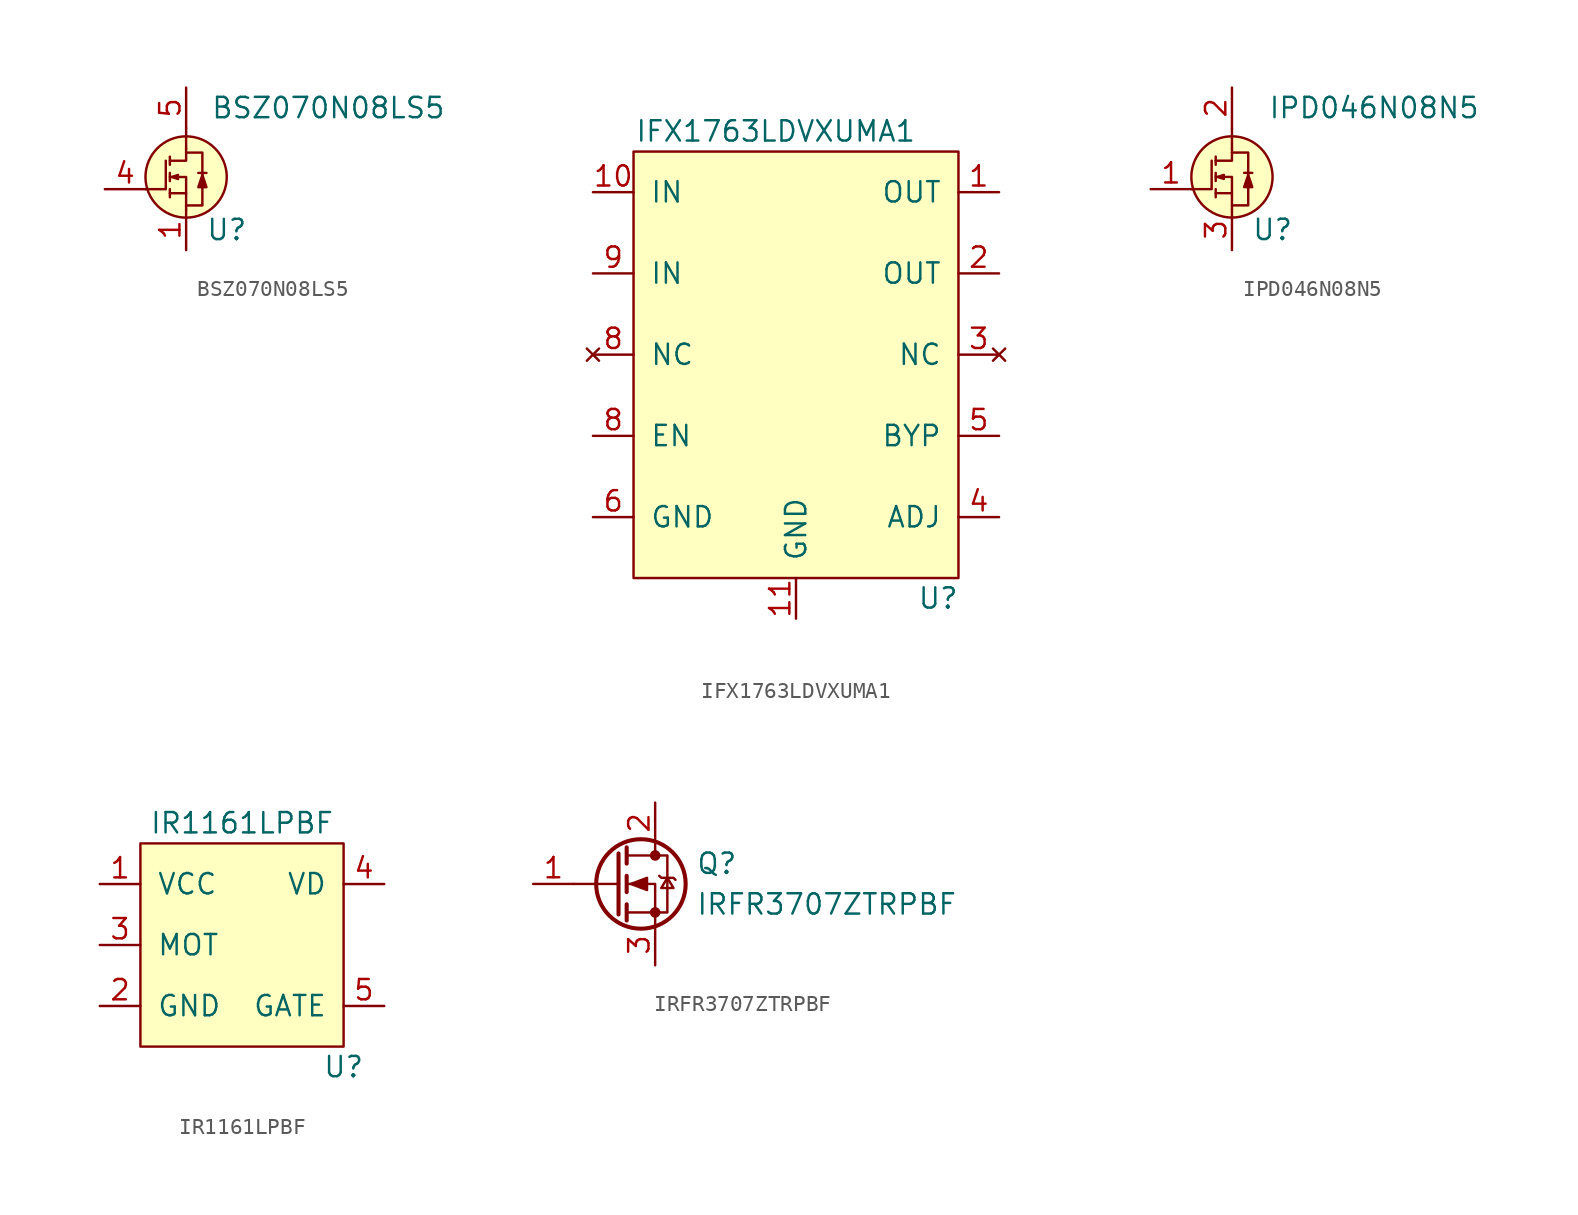
<source format=kicad_sym>
(kicad_symbol_lib
  (version 20211014)
  (generator kicad_symbol_editor)
  (symbol "BSZ070N08LS5"
    (pin_names
      (offset 1.016) hide)
    (property "Reference" "U"
      (at 2.54 -3.81 0)
      (effects (font (size 1.27 1.27))))
    (property "Value" "BSZ070N08LS5"
      (at 8.89 3.81 0)
      (effects (font (size 1.27 1.27))))
    (symbol "BSZ070N08LS5_0_1"
      (circle (center 0 -0.508) (radius 2.54) (stroke (width 0) (type default) (color 0 0 0 0)) (fill (type background)))
      (polyline (pts (xy -1.016 -1.27) (xy -1.016 -1.778)) (stroke (width 0) (type default) (color 0 0 0 0)) (fill (type none)))
      (polyline (pts (xy -1.016 -0.254) (xy -1.016 -0.762)) (stroke (width 0) (type default) (color 0 0 0 0)) (fill (type none)))
      (polyline (pts (xy -1.016 0.762) (xy -1.016 0.254)) (stroke (width 0) (type default) (color 0 0 0 0)) (fill (type none)))
      (polyline (pts (xy 0 -1.524) (xy 0 -2.54)) (stroke (width 0) (type default) (color 0 0 0 0)) (fill (type none)))
      (polyline (pts (xy 0 1.27) (xy 0 2.54)) (stroke (width 0) (type default) (color 0 0 0 0)) (fill (type none)))
      (polyline (pts (xy 0.762 -0.254) (xy 1.27 -0.254)) (stroke (width 0) (type default) (color 0 0 0 0)) (fill (type none)))
      (polyline (pts (xy -2.54 -1.27) (xy -1.27 -1.27) (xy -1.27 0.508)) (stroke (width 0) (type default) (color 0 0 0 0)) (fill (type none)))
      (polyline (pts (xy -1.016 0.508) (xy 0 0.508) (xy 0 1.27)) (stroke (width 0) (type default) (color 0 0 0 0)) (fill (type none)))
      (polyline (pts (xy -1.016 -1.524) (xy 0 -1.524) (xy 0 -0.508) (xy -1.016 -0.508)) (stroke (width 0) (type default) (color 0 0 0 0)) (fill (type none)))
      (polyline (pts (xy -0.889 -0.508) (xy -0.508 -0.381) (xy -0.508 -0.635) (xy -0.889 -0.508)) (stroke (width 0) (type default) (color 0 0 0 0)) (fill (type none)))
      (polyline (pts (xy 0 1.016) (xy 1.016 1.016) (xy 1.016 -2.286) (xy 0 -2.286)) (stroke (width 0) (type default) (color 0 0 0 0)) (fill (type none)))
      (polyline (pts (xy 1.016 -0.381) (xy 0.762 -1.143) (xy 1.27 -1.143) (xy 1.016 -0.381)) (stroke (width 0) (type default) (color 0 0 0 0)) (fill (type outline))))
    (symbol "BSZ070N08LS5_1_1"
      (pin passive line (at 0 -5.08 90) (length 2.54) (name "Source" (effects (font (size 1.27 1.27)))) (number "1" (effects (font (size 1.27 1.27)))))
      (pin passive line (at 0 -5.08 90) (length 2.54) hide (name "Source" (effects (font (size 1.27 1.27)))) (number "2" (effects (font (size 1.27 1.27)))))
      (pin passive line (at 0 -5.08 90) (length 2.54) hide (name "Source" (effects (font (size 1.27 1.27)))) (number "3" (effects (font (size 1.27 1.27)))))
      (pin passive line (at -5.08 -1.27 0) (length 2.54) (name "Gate" (effects (font (size 1.27 1.27)))) (number "4" (effects (font (size 1.27 1.27)))))
      (pin passive line (at 0 5.08 270) (length 2.54) (name "Drain" (effects (font (size 1.27 1.27)))) (number "5" (effects (font (size 1.27 1.27)))))))
  (symbol "IFX1763LDVXUMA1"
    (pin_names
      (offset 1.016))
    (property "Reference" "U"
      (at 8.89 -25.4 0)
      (effects (font (size 1.27 1.27))))
    (property "Value" "IFX1763LDVXUMA1"
      (at -1.27 3.81 0)
      (effects (font (size 1.27 1.27))))
    (symbol "IFX1763LDVXUMA1_0_1"
      (rectangle (start -10.16 2.54) (end 10.16 -24.13) (stroke (width 0) (type default) (color 0 0 0 0)) (fill (type background))))
    (symbol "IFX1763LDVXUMA1_1_1"
      (pin power_out line (at 12.7 0 180) (length 2.54) (name "OUT" (effects (font (size 1.27 1.27)))) (number "1" (effects (font (size 1.27 1.27)))))
      (pin power_in line (at -12.7 0 0) (length 2.54) (name "IN" (effects (font (size 1.27 1.27)))) (number "10" (effects (font (size 1.27 1.27)))))
      (pin power_in line (at 0 -26.67 90) (length 2.54) (name "GND" (effects (font (size 1.27 1.27)))) (number "11" (effects (font (size 1.27 1.27)))))
      (pin power_out line (at 12.7 -5.08 180) (length 2.54) (name "OUT" (effects (font (size 1.27 1.27)))) (number "2" (effects (font (size 1.27 1.27)))))
      (pin no_connect line (at 12.7 -10.16 180) (length 2.54) (name "NC" (effects (font (size 1.27 1.27)))) (number "3" (effects (font (size 1.27 1.27)))))
      (pin input line (at 12.7 -20.32 180) (length 2.54) (name "ADJ" (effects (font (size 1.27 1.27)))) (number "4" (effects (font (size 1.27 1.27)))))
      (pin passive line (at 12.7 -15.24 180) (length 2.54) (name "BYP" (effects (font (size 1.27 1.27)))) (number "5" (effects (font (size 1.27 1.27)))))
      (pin power_in line (at -12.7 -20.32 0) (length 2.54) (name "GND" (effects (font (size 1.27 1.27)))) (number "6" (effects (font (size 1.27 1.27)))))
      (pin input line (at -12.7 -15.24 0) (length 2.54) (name "EN" (effects (font (size 1.27 1.27)))) (number "8" (effects (font (size 1.27 1.27)))))
      (pin no_connect line (at -12.7 -10.16 0) (length 2.54) (name "NC" (effects (font (size 1.27 1.27)))) (number "8" (effects (font (size 1.27 1.27)))))
      (pin power_in line (at -12.7 -5.08 0) (length 2.54) (name "IN" (effects (font (size 1.27 1.27)))) (number "9" (effects (font (size 1.27 1.27)))))))
  (symbol "IPD046N08N5"
    (pin_names
      (offset 1.016) hide)
    (property "Reference" "U"
      (at 2.54 -3.81 0)
      (effects (font (size 1.27 1.27))))
    (property "Value" "IPD046N08N5"
      (at 8.89 3.81 0)
      (effects (font (size 1.27 1.27))))
    (symbol "IPD046N08N5_0_1"
      (circle (center 0 -0.508) (radius 2.54) (stroke (width 0) (type default) (color 0 0 0 0)) (fill (type background)))
      (polyline (pts (xy -1.016 -1.27) (xy -1.016 -1.778)) (stroke (width 0) (type default) (color 0 0 0 0)) (fill (type none)))
      (polyline (pts (xy -1.016 -0.254) (xy -1.016 -0.762)) (stroke (width 0) (type default) (color 0 0 0 0)) (fill (type none)))
      (polyline (pts (xy -1.016 0.762) (xy -1.016 0.254)) (stroke (width 0) (type default) (color 0 0 0 0)) (fill (type none)))
      (polyline (pts (xy 0 -1.524) (xy 0 -2.54)) (stroke (width 0) (type default) (color 0 0 0 0)) (fill (type none)))
      (polyline (pts (xy 0 1.27) (xy 0 2.54)) (stroke (width 0) (type default) (color 0 0 0 0)) (fill (type none)))
      (polyline (pts (xy 0.762 -0.254) (xy 1.27 -0.254)) (stroke (width 0) (type default) (color 0 0 0 0)) (fill (type none)))
      (polyline (pts (xy -2.54 -1.27) (xy -1.27 -1.27) (xy -1.27 0.508)) (stroke (width 0) (type default) (color 0 0 0 0)) (fill (type none)))
      (polyline (pts (xy -1.016 0.508) (xy 0 0.508) (xy 0 1.27)) (stroke (width 0) (type default) (color 0 0 0 0)) (fill (type none)))
      (polyline (pts (xy -1.016 -1.524) (xy 0 -1.524) (xy 0 -0.508) (xy -1.016 -0.508)) (stroke (width 0) (type default) (color 0 0 0 0)) (fill (type none)))
      (polyline (pts (xy -0.889 -0.508) (xy -0.508 -0.381) (xy -0.508 -0.635) (xy -0.889 -0.508)) (stroke (width 0) (type default) (color 0 0 0 0)) (fill (type none)))
      (polyline (pts (xy 0 1.016) (xy 1.016 1.016) (xy 1.016 -2.286) (xy 0 -2.286)) (stroke (width 0) (type default) (color 0 0 0 0)) (fill (type none)))
      (polyline (pts (xy 1.016 -0.381) (xy 0.762 -1.143) (xy 1.27 -1.143) (xy 1.016 -0.381)) (stroke (width 0) (type default) (color 0 0 0 0)) (fill (type outline))))
    (symbol "IPD046N08N5_1_1"
      (pin passive line (at -5.08 -1.27 0) (length 2.54) (name "Gate" (effects (font (size 1.27 1.27)))) (number "1" (effects (font (size 1.27 1.27)))))
      (pin passive line (at 0 5.08 270) (length 2.54) (name "Drain" (effects (font (size 1.27 1.27)))) (number "2" (effects (font (size 1.27 1.27)))))
      (pin passive line (at 0 -5.08 90) (length 2.54) (name "Source" (effects (font (size 1.27 1.27)))) (number "3" (effects (font (size 1.27 1.27)))))))
  (symbol "IR1161LPBF"
    (pin_names
      (offset 1.016))
    (property "Reference" "U"
      (at 6.35 -7.62 0)
      (effects (font (size 1.27 1.27))))
    (property "Value" "IR1161LPBF"
      (at 0 7.62 0)
      (effects (font (size 1.27 1.27))))
    (symbol "IR1161LPBF_0_1"
      (rectangle (start -6.35 6.35) (end 6.35 -6.35) (stroke (width 0) (type default) (color 0 0 0 0)) (fill (type background))))
    (symbol "IR1161LPBF_1_1"
      (pin power_in line (at -8.89 3.81 0) (length 2.54) (name "VCC" (effects (font (size 1.27 1.27)))) (number "1" (effects (font (size 1.27 1.27)))))
      (pin power_in line (at -8.89 -3.81 0) (length 2.54) (name "GND" (effects (font (size 1.27 1.27)))) (number "2" (effects (font (size 1.27 1.27)))))
      (pin passive line (at -8.89 0 0) (length 2.54) (name "MOT" (effects (font (size 1.27 1.27)))) (number "3" (effects (font (size 1.27 1.27)))))
      (pin passive line (at 8.89 3.81 180) (length 2.54) (name "VD" (effects (font (size 1.27 1.27)))) (number "4" (effects (font (size 1.27 1.27)))))
      (pin passive line (at 8.89 -3.81 180) (length 2.54) (name "GATE" (effects (font (size 1.27 1.27)))) (number "5" (effects (font (size 1.27 1.27)))))))
  (symbol "IRFR3707ZTRPBF"
    (pin_names
      (offset 0) hide)
    (property "Reference" "Q"
      (at 5.08 1.27 0)
      (effects (font (size 1.27 1.27)) (justify left)))
    (property "Value" "IRFR3707ZTRPBF"
      (at 5.08 -1.27 0)
      (effects (font (size 1.27 1.27)) (justify left)))
    (symbol "IRFR3707ZTRPBF_0_1"
      (polyline (pts (xy 0.254 0) (xy -2.54 0)) (stroke (width 0) (type default) (color 0 0 0 0)) (fill (type none)))
      (polyline (pts (xy 0.254 1.905) (xy 0.254 -1.905)) (stroke (width 0.254) (type default) (color 0 0 0 0)) (fill (type none)))
      (polyline (pts (xy 0.762 -1.27) (xy 0.762 -2.286)) (stroke (width 0.254) (type default) (color 0 0 0 0)) (fill (type none)))
      (polyline (pts (xy 0.762 0.508) (xy 0.762 -0.508)) (stroke (width 0.254) (type default) (color 0 0 0 0)) (fill (type none)))
      (polyline (pts (xy 0.762 2.286) (xy 0.762 1.27)) (stroke (width 0.254) (type default) (color 0 0 0 0)) (fill (type none)))
      (polyline (pts (xy 2.54 2.54) (xy 2.54 1.778)) (stroke (width 0) (type default) (color 0 0 0 0)) (fill (type none)))
      (polyline (pts (xy 2.54 -2.54) (xy 2.54 0) (xy 0.762 0)) (stroke (width 0) (type default) (color 0 0 0 0)) (fill (type none)))
      (polyline (pts (xy 0.762 -1.778) (xy 3.302 -1.778) (xy 3.302 1.778) (xy 0.762 1.778)) (stroke (width 0) (type default) (color 0 0 0 0)) (fill (type none)))
      (polyline (pts (xy 1.016 0) (xy 2.032 0.381) (xy 2.032 -0.381) (xy 1.016 0)) (stroke (width 0) (type default) (color 0 0 0 0)) (fill (type outline)))
      (polyline (pts (xy 2.794 0.508) (xy 2.921 0.381) (xy 3.683 0.381) (xy 3.81 0.254)) (stroke (width 0) (type default) (color 0 0 0 0)) (fill (type none)))
      (polyline (pts (xy 3.302 0.381) (xy 2.921 -0.254) (xy 3.683 -0.254) (xy 3.302 0.381)) (stroke (width 0) (type default) (color 0 0 0 0)) (fill (type none)))
      (circle (center 1.651 0) (radius 2.794) (stroke (width 0.254) (type default) (color 0 0 0 0)) (fill (type none)))
      (circle (center 2.54 -1.778) (radius 0.254) (stroke (width 0) (type default) (color 0 0 0 0)) (fill (type outline)))
      (circle (center 2.54 1.778) (radius 0.254) (stroke (width 0) (type default) (color 0 0 0 0)) (fill (type outline))))
    (symbol "IRFR3707ZTRPBF_1_1"
      (pin input line (at -5.08 0 0) (length 2.54) (name "G" (effects (font (size 1.27 1.27)))) (number "1" (effects (font (size 1.27 1.27)))))
      (pin passive line (at 2.54 5.08 270) (length 2.54) (name "D" (effects (font (size 1.27 1.27)))) (number "2" (effects (font (size 1.27 1.27)))))
      (pin passive line (at 2.54 -5.08 90) (length 2.54) (name "S" (effects (font (size 1.27 1.27)))) (number "3" (effects (font (size 1.27 1.27))))))))
</source>
